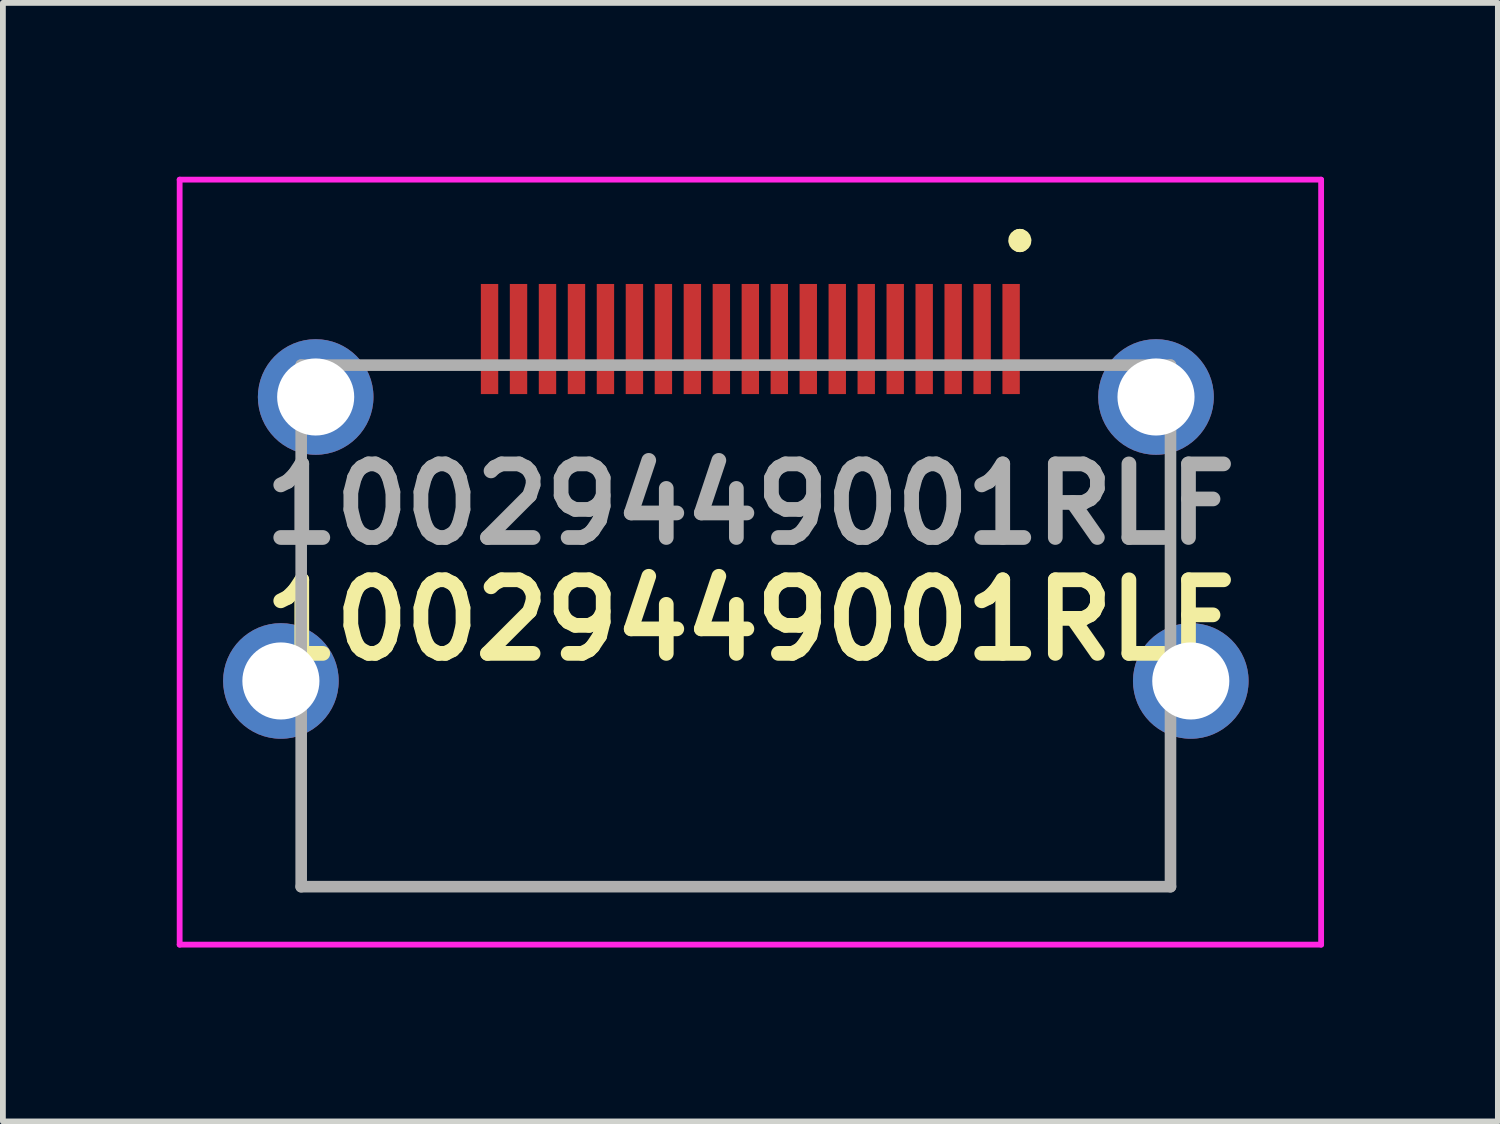
<source format=kicad_pcb>
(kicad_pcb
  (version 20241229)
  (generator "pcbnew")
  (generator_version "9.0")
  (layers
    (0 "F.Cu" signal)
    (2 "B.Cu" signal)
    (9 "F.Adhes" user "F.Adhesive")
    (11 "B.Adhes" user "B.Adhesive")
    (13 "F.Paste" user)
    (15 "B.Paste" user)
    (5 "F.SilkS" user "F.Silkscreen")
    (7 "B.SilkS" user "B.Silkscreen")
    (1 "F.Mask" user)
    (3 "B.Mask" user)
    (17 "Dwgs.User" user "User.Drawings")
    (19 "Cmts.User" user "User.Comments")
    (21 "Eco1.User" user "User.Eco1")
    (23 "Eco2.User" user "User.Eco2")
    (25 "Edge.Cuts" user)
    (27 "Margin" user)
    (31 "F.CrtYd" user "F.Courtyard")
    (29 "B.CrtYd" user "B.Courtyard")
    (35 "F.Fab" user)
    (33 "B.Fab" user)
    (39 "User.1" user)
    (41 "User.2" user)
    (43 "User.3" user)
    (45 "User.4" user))
  (footprint "10029449001RLF"
    (layer "F.Cu")
    (at 9.898 6.65)
    (property "Reference" "10029449001RLF" (at 0 1 0) (layer "F.SilkS") (effects (font (size 1.27 1.27) (thickness 0.254))))
    (attr through_hole)
    (fp_line (start 4.649 -5.6) (end 4.649 -5.6) (stroke (width 0.3) (type solid)) (layer "F.SilkS"))
    (fp_line (start 4.649 -5.5) (end 4.649 -5.5) (stroke (width 0.3) (type solid)) (layer "F.SilkS"))
    (fp_arc (start 4.65 -5.6) (mid 4.6995 -5.5495) (end 4.649 -5.5) (stroke (width 0.3) (type solid)) (layer "F.SilkS"))
    (fp_arc (start 4.65 -5.5) (mid 4.5995 -5.5495) (end 4.649 -5.6) (stroke (width 0.3) (type solid)) (layer "F.SilkS"))
    (fp_line (start -9.848 -6.6) (end 9.848 -6.6) (stroke (width 0.1) (type solid)) (layer "F.CrtYd"))
    (fp_line (start -9.848 6.6) (end -9.848 -6.6) (stroke (width 0.1) (type solid)) (layer "F.CrtYd"))
    (fp_line (start 9.848 -6.6) (end 9.848 6.6) (stroke (width 0.1) (type solid)) (layer "F.CrtYd"))
    (fp_line (start 9.848 6.6) (end -9.848 6.6) (stroke (width 0.1) (type solid)) (layer "F.CrtYd"))
    (fp_line (start -7.751 -3.4) (end 7.249 -3.4) (stroke (width 0.2) (type solid)) (layer "F.Fab"))
    (fp_line (start -7.751 5.6) (end -7.751 -3.4) (stroke (width 0.2) (type solid)) (layer "F.Fab"))
    (fp_line (start 7.249 -3.4) (end 7.249 5.6) (stroke (width 0.2) (type solid)) (layer "F.Fab"))
    (fp_line (start 7.249 5.6) (end -7.751 5.6) (stroke (width 0.2) (type solid)) (layer "F.Fab"))
    (fp_text user "${REFERENCE}" (at 0 -1 0) (layer "F.Fab") (effects (font (size 1.27 1.27) (thickness 0.254))))
    (pad "1" smd rect (at 4.499 -3.85) (size 0.3 1.9) (layers "F.Cu" "F.Mask" "F.Paste"))
    (pad "2" smd rect (at 3.999 -3.85) (size 0.3 1.9) (layers "F.Cu" "F.Mask" "F.Paste"))
    (pad "3" smd rect (at 3.499 -3.85) (size 0.3 1.9) (layers "F.Cu" "F.Mask" "F.Paste"))
    (pad "4" smd rect (at 2.999 -3.85) (size 0.3 1.9) (layers "F.Cu" "F.Mask" "F.Paste"))
    (pad "5" smd rect (at 2.499 -3.85) (size 0.3 1.9) (layers "F.Cu" "F.Mask" "F.Paste"))
    (pad "6" smd rect (at 1.999 -3.85) (size 0.3 1.9) (layers "F.Cu" "F.Mask" "F.Paste"))
    (pad "7" smd rect (at 1.499 -3.85) (size 0.3 1.9) (layers "F.Cu" "F.Mask" "F.Paste"))
    (pad "8" smd rect (at 0.999 -3.85) (size 0.3 1.9) (layers "F.Cu" "F.Mask" "F.Paste"))
    (pad "9" smd rect (at 0.499 -3.85) (size 0.3 1.9) (layers "F.Cu" "F.Mask" "F.Paste"))
    (pad "10" smd rect (at -0.001 -3.85) (size 0.3 1.9) (layers "F.Cu" "F.Mask" "F.Paste"))
    (pad "11" smd rect (at -0.501 -3.85) (size 0.3 1.9) (layers "F.Cu" "F.Mask" "F.Paste"))
    (pad "12" smd rect (at -1.001 -3.85) (size 0.3 1.9) (layers "F.Cu" "F.Mask" "F.Paste"))
    (pad "13" smd rect (at -1.501 -3.85) (size 0.3 1.9) (layers "F.Cu" "F.Mask" "F.Paste"))
    (pad "14" smd rect (at -2.001 -3.85) (size 0.3 1.9) (layers "F.Cu" "F.Mask" "F.Paste"))
    (pad "15" smd rect (at -2.501 -3.85) (size 0.3 1.9) (layers "F.Cu" "F.Mask" "F.Paste"))
    (pad "16" smd rect (at -3.001 -3.85) (size 0.3 1.9) (layers "F.Cu" "F.Mask" "F.Paste"))
    (pad "17" smd rect (at -3.501 -3.85) (size 0.3 1.9) (layers "F.Cu" "F.Mask" "F.Paste"))
    (pad "18" smd rect (at -4.001 -3.85) (size 0.3 1.9) (layers "F.Cu" "F.Mask" "F.Paste"))
    (pad "19" smd rect (at -4.501 -3.85) (size 0.3 1.9) (layers "F.Cu" "F.Mask" "F.Paste"))
    (pad "MP" thru_hole circle (at -8.101 2.05) (size 1.995 1.995) (drill 1.33) (layers "*.Cu" "*.Mask"))
    (pad "MP" thru_hole circle (at -7.501 -2.85) (size 1.995 1.995) (drill 1.33) (layers "*.Cu" "*.Mask"))
    (pad "MP" thru_hole circle (at 6.999 -2.85) (size 1.995 1.995) (drill 1.33) (layers "*.Cu" "*.Mask"))
    (pad "MP" thru_hole circle (at 7.599 2.05) (size 1.995 1.995) (drill 1.33) (layers "*.Cu" "*.Mask")))
  (gr_rect
    (start -3 -3)
    (end 22.796 16.3)
    (stroke (width 0.1) (type default))
    (fill no)
    (layer "Edge.Cuts")))
</source>
